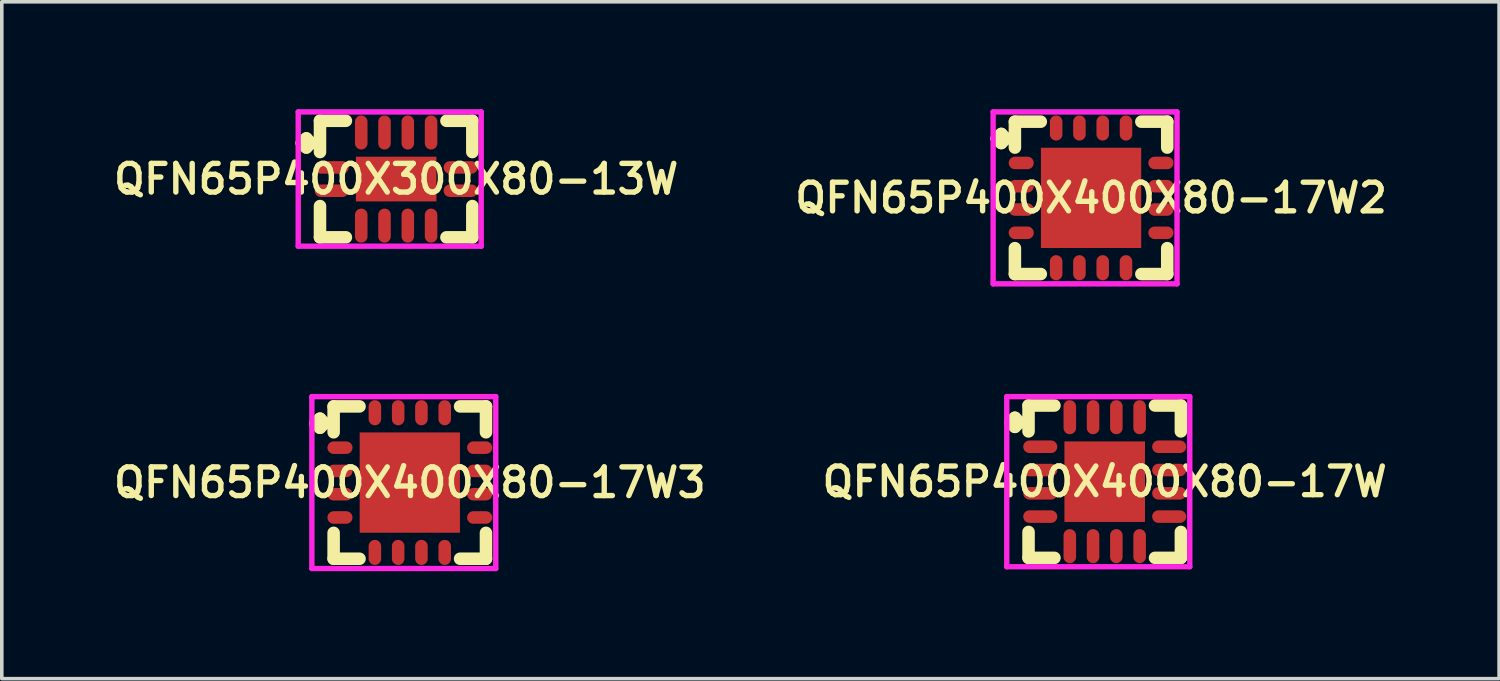
<source format=kicad_pcb>
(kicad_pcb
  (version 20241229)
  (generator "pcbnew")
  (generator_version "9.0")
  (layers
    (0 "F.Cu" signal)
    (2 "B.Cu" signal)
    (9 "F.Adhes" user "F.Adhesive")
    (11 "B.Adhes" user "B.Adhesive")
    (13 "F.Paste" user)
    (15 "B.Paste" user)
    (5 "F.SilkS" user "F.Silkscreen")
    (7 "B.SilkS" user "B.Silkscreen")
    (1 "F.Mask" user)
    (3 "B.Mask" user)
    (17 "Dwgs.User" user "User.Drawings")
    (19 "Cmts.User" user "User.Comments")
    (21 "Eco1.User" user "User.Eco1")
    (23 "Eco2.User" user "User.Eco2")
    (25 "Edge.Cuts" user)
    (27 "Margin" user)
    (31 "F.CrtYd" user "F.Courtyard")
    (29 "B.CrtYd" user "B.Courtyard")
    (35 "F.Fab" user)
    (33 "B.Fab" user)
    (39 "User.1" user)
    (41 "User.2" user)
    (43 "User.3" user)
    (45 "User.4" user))
  (footprint "QFN65P400X400X80-17W3"
    (layer "F.Cu")
    (at 8.393 10.425)
    (property "Reference" "QFN65P400X400X80-17W3" (at 0 0 0) (layer "F.SilkS") (effects (font (size 0.8 0.8) (thickness 0.15))))
    (attr smd)
    (fp_line (start -2.635 -1.658) (end -2.508 -1.785) (stroke (width 0.35) (type solid)) (layer "F.SilkS"))
    (fp_line (start -2.508 -1.785) (end -2.381 -1.658) (stroke (width 0.35) (type solid)) (layer "F.SilkS"))
    (fp_line (start -2.508 -1.531) (end -2.635 -1.658) (stroke (width 0.35) (type solid)) (layer "F.SilkS"))
    (fp_line (start -2.381 -1.658) (end -2.508 -1.531) (stroke (width 0.35) (type solid)) (layer "F.SilkS"))
    (fp_line (start -2.127 -2.127) (end -1.404 -2.127) (stroke (width 0.35) (type solid)) (layer "F.SilkS"))
    (fp_line (start -2.127 -1.404) (end -2.127 -2.127) (stroke (width 0.35) (type solid)) (layer "F.SilkS"))
    (fp_line (start -2.127 1.404) (end -2.127 2.127) (stroke (width 0.35) (type solid)) (layer "F.SilkS"))
    (fp_line (start -2.127 2.127) (end -1.404 2.127) (stroke (width 0.35) (type solid)) (layer "F.SilkS"))
    (fp_line (start 1.404 -2.127) (end 2.127 -2.127) (stroke (width 0.35) (type solid)) (layer "F.SilkS"))
    (fp_line (start 1.404 2.127) (end 2.127 2.127) (stroke (width 0.35) (type solid)) (layer "F.SilkS"))
    (fp_line (start 2.127 -2.127) (end 2.127 -1.404) (stroke (width 0.35) (type solid)) (layer "F.SilkS"))
    (fp_line (start 2.127 2.127) (end 2.127 1.404) (stroke (width 0.35) (type solid)) (layer "F.SilkS"))
    (fp_line (start -2.735 -2.4) (end 2.4 -2.4) (stroke (width 0.15) (type solid)) (layer "F.CrtYd"))
    (fp_line (start -2.735 2.4) (end -2.735 -2.4) (stroke (width 0.15) (type solid)) (layer "F.CrtYd"))
    (fp_line (start 2.4 -2.4) (end 2.4 2.4) (stroke (width 0.15) (type solid)) (layer "F.CrtYd"))
    (fp_line (start 2.4 2.4) (end -2.735 2.4) (stroke (width 0.15) (type solid)) (layer "F.CrtYd"))
    (pad "1" smd oval (at -1.95 -0.975) (size 0.7 0.35) (layers "F.Cu" "F.Mask" "F.Paste"))
    (pad "2" smd oval (at -1.95 -0.325) (size 0.7 0.35) (layers "F.Cu" "F.Mask" "F.Paste"))
    (pad "3" smd oval (at -1.95 0.325) (size 0.7 0.35) (layers "F.Cu" "F.Mask" "F.Paste"))
    (pad "4" smd oval (at -1.95 0.975) (size 0.7 0.35) (layers "F.Cu" "F.Mask" "F.Paste"))
    (pad "5" smd oval (at -0.975 1.95) (size 0.35 0.7) (layers "F.Cu" "F.Mask" "F.Paste"))
    (pad "6" smd oval (at -0.325 1.95) (size 0.35 0.7) (layers "F.Cu" "F.Mask" "F.Paste"))
    (pad "7" smd oval (at 0.325 1.95) (size 0.35 0.7) (layers "F.Cu" "F.Mask" "F.Paste"))
    (pad "8" smd oval (at 0.975 1.95) (size 0.35 0.7) (layers "F.Cu" "F.Mask" "F.Paste"))
    (pad "9" smd oval (at 1.95 0.975) (size 0.7 0.35) (layers "F.Cu" "F.Mask" "F.Paste"))
    (pad "10" smd oval (at 1.95 0.325) (size 0.7 0.35) (layers "F.Cu" "F.Mask" "F.Paste"))
    (pad "11" smd oval (at 1.95 -0.325) (size 0.7 0.35) (layers "F.Cu" "F.Mask" "F.Paste"))
    (pad "12" smd oval (at 1.95 -0.975) (size 0.7 0.35) (layers "F.Cu" "F.Mask" "F.Paste"))
    (pad "13" smd oval (at 0.975 -1.95) (size 0.35 0.7) (layers "F.Cu" "F.Mask" "F.Paste"))
    (pad "14" smd oval (at 0.325 -1.95) (size 0.35 0.7) (layers "F.Cu" "F.Mask" "F.Paste"))
    (pad "15" smd oval (at -0.325 -1.95) (size 0.35 0.7) (layers "F.Cu" "F.Mask" "F.Paste"))
    (pad "16" smd oval (at -0.975 -1.95) (size 0.35 0.7) (layers "F.Cu" "F.Mask" "F.Paste"))
    (pad "17" smd rect (at 0 0) (size 2.8 2.8) (layers "F.Cu" "F.Mask" "F.Paste")))
  (footprint "QFN65P400X300X80-13W"
    (layer "F.Cu")
    (at 8.012 1.95)
    (property "Reference" "QFN65P400X300X80-13W" (at 0 0 0) (layer "F.SilkS") (effects (font (size 0.8 0.8) (thickness 0.15))))
    (attr through_hole)
    (fp_line (start -2.635 -1.008) (end -2.508 -1.135) (stroke (width 0.35) (type solid)) (layer "F.SilkS"))
    (fp_line (start -2.508 -1.135) (end -2.381 -1.008) (stroke (width 0.35) (type solid)) (layer "F.SilkS"))
    (fp_line (start -2.508 -0.881) (end -2.635 -1.008) (stroke (width 0.35) (type solid)) (layer "F.SilkS"))
    (fp_line (start -2.381 -1.008) (end -2.508 -0.881) (stroke (width 0.35) (type solid)) (layer "F.SilkS"))
    (fp_line (start -2.127 -1.627) (end -1.404 -1.627) (stroke (width 0.35) (type solid)) (layer "F.SilkS"))
    (fp_line (start -2.127 -0.754) (end -2.127 -1.627) (stroke (width 0.35) (type solid)) (layer "F.SilkS"))
    (fp_line (start -2.127 0.754) (end -2.127 1.627) (stroke (width 0.35) (type solid)) (layer "F.SilkS"))
    (fp_line (start -2.127 1.627) (end -1.404 1.627) (stroke (width 0.35) (type solid)) (layer "F.SilkS"))
    (fp_line (start 1.404 -1.627) (end 2.127 -1.627) (stroke (width 0.35) (type solid)) (layer "F.SilkS"))
    (fp_line (start 1.404 1.627) (end 2.127 1.627) (stroke (width 0.35) (type solid)) (layer "F.SilkS"))
    (fp_line (start 2.127 -1.627) (end 2.127 -0.754) (stroke (width 0.35) (type solid)) (layer "F.SilkS"))
    (fp_line (start 2.127 1.627) (end 2.127 0.754) (stroke (width 0.35) (type solid)) (layer "F.SilkS"))
    (fp_line (start -2.735 -1.875) (end 2.375 -1.875) (stroke (width 0.15) (type solid)) (layer "F.CrtYd"))
    (fp_line (start -2.735 1.875) (end -2.735 -1.875) (stroke (width 0.15) (type solid)) (layer "F.CrtYd"))
    (fp_line (start 2.375 -1.875) (end 2.375 1.875) (stroke (width 0.15) (type solid)) (layer "F.CrtYd"))
    (fp_line (start 2.375 1.875) (end -2.735 1.875) (stroke (width 0.15) (type solid)) (layer "F.CrtYd"))
    (pad "1" smd oval (at -1.8 -0.325) (size 0.95 0.35) (layers "F.Cu" "F.Mask" "F.Paste"))
    (pad "2" smd oval (at -1.8 0.325) (size 0.95 0.35) (layers "F.Cu" "F.Mask" "F.Paste"))
    (pad "3" smd oval (at -0.975 1.3) (size 0.35 0.95) (layers "F.Cu" "F.Mask" "F.Paste"))
    (pad "4" smd oval (at -0.325 1.3) (size 0.35 0.95) (layers "F.Cu" "F.Mask" "F.Paste"))
    (pad "5" smd oval (at 0.325 1.3) (size 0.35 0.95) (layers "F.Cu" "F.Mask" "F.Paste"))
    (pad "6" smd oval (at 0.975 1.3) (size 0.35 0.95) (layers "F.Cu" "F.Mask" "F.Paste"))
    (pad "7" smd oval (at 1.8 0.325) (size 0.95 0.35) (layers "F.Cu" "F.Mask" "F.Paste"))
    (pad "8" smd oval (at 1.8 -0.325) (size 0.95 0.35) (layers "F.Cu" "F.Mask" "F.Paste"))
    (pad "9" smd oval (at 0.975 -1.3) (size 0.35 0.95) (layers "F.Cu" "F.Mask" "F.Paste"))
    (pad "10" smd oval (at 0.325 -1.3) (size 0.35 0.95) (layers "F.Cu" "F.Mask" "F.Paste"))
    (pad "11" smd oval (at -0.325 -1.3) (size 0.35 0.95) (layers "F.Cu" "F.Mask" "F.Paste"))
    (pad "12" smd oval (at -0.975 -1.3) (size 0.35 0.95) (layers "F.Cu" "F.Mask" "F.Paste"))
    (pad "13" smd rect (at 0 0) (size 2.25 1.25) (layers "F.Cu" "F.Mask" "F.Paste")))
  (footprint "QFN65P400X400X80-17W2"
    (layer "F.Cu")
    (at 27.416 2.475)
    (property "Reference" "QFN65P400X400X80-17W2" (at 0 0 0) (layer "F.SilkS") (effects (font (size 0.8 0.8) (thickness 0.15))))
    (attr smd)
    (fp_line (start -2.635 -1.658) (end -2.508 -1.785) (stroke (width 0.35) (type solid)) (layer "F.SilkS"))
    (fp_line (start -2.508 -1.785) (end -2.381 -1.658) (stroke (width 0.35) (type solid)) (layer "F.SilkS"))
    (fp_line (start -2.508 -1.531) (end -2.635 -1.658) (stroke (width 0.35) (type solid)) (layer "F.SilkS"))
    (fp_line (start -2.381 -1.658) (end -2.508 -1.531) (stroke (width 0.35) (type solid)) (layer "F.SilkS"))
    (fp_line (start -2.127 -2.127) (end -1.404 -2.127) (stroke (width 0.35) (type solid)) (layer "F.SilkS"))
    (fp_line (start -2.127 -1.404) (end -2.127 -2.127) (stroke (width 0.35) (type solid)) (layer "F.SilkS"))
    (fp_line (start -2.127 1.404) (end -2.127 2.127) (stroke (width 0.35) (type solid)) (layer "F.SilkS"))
    (fp_line (start -2.127 2.127) (end -1.404 2.127) (stroke (width 0.35) (type solid)) (layer "F.SilkS"))
    (fp_line (start 1.404 -2.127) (end 2.127 -2.127) (stroke (width 0.35) (type solid)) (layer "F.SilkS"))
    (fp_line (start 1.404 2.127) (end 2.127 2.127) (stroke (width 0.35) (type solid)) (layer "F.SilkS"))
    (fp_line (start 2.127 -2.127) (end 2.127 -1.404) (stroke (width 0.35) (type solid)) (layer "F.SilkS"))
    (fp_line (start 2.127 2.127) (end 2.127 1.404) (stroke (width 0.35) (type solid)) (layer "F.SilkS"))
    (fp_line (start -2.735 -2.4) (end 2.4 -2.4) (stroke (width 0.15) (type solid)) (layer "F.CrtYd"))
    (fp_line (start -2.735 2.4) (end -2.735 -2.4) (stroke (width 0.15) (type solid)) (layer "F.CrtYd"))
    (fp_line (start 2.4 -2.4) (end 2.4 2.4) (stroke (width 0.15) (type solid)) (layer "F.CrtYd"))
    (fp_line (start 2.4 2.4) (end -2.735 2.4) (stroke (width 0.15) (type solid)) (layer "F.CrtYd"))
    (pad "1" smd oval (at -1.95 -0.975) (size 0.7 0.35) (layers "F.Cu" "F.Mask" "F.Paste"))
    (pad "2" smd oval (at -1.95 -0.325) (size 0.7 0.35) (layers "F.Cu" "F.Mask" "F.Paste"))
    (pad "3" smd oval (at -1.95 0.325) (size 0.7 0.35) (layers "F.Cu" "F.Mask" "F.Paste"))
    (pad "4" smd oval (at -1.95 0.975) (size 0.7 0.35) (layers "F.Cu" "F.Mask" "F.Paste"))
    (pad "5" smd oval (at -0.975 1.95) (size 0.35 0.7) (layers "F.Cu" "F.Mask" "F.Paste"))
    (pad "6" smd oval (at -0.325 1.95) (size 0.35 0.7) (layers "F.Cu" "F.Mask" "F.Paste"))
    (pad "7" smd oval (at 0.325 1.95) (size 0.35 0.7) (layers "F.Cu" "F.Mask" "F.Paste"))
    (pad "8" smd oval (at 0.975 1.95) (size 0.35 0.7) (layers "F.Cu" "F.Mask" "F.Paste"))
    (pad "9" smd oval (at 1.95 0.975) (size 0.7 0.35) (layers "F.Cu" "F.Mask" "F.Paste"))
    (pad "10" smd oval (at 1.95 0.325) (size 0.7 0.35) (layers "F.Cu" "F.Mask" "F.Paste"))
    (pad "11" smd oval (at 1.95 -0.325) (size 0.7 0.35) (layers "F.Cu" "F.Mask" "F.Paste"))
    (pad "12" smd oval (at 1.95 -0.975) (size 0.7 0.35) (layers "F.Cu" "F.Mask" "F.Paste"))
    (pad "13" smd oval (at 0.975 -1.95) (size 0.35 0.7) (layers "F.Cu" "F.Mask" "F.Paste"))
    (pad "14" smd oval (at 0.325 -1.95) (size 0.35 0.7) (layers "F.Cu" "F.Mask" "F.Paste"))
    (pad "15" smd oval (at -0.325 -1.95) (size 0.35 0.7) (layers "F.Cu" "F.Mask" "F.Paste"))
    (pad "16" smd oval (at -0.975 -1.95) (size 0.35 0.7) (layers "F.Cu" "F.Mask" "F.Paste"))
    (pad "17" smd rect (at 0 0) (size 2.8 2.8) (layers "F.Cu" "F.Mask" "F.Paste")))
  (footprint "QFN65P400X400X80-17W"
    (layer "F.Cu")
    (at 27.797 10.4)
    (property "Reference" "QFN65P400X400X80-17W" (at 0 0 0) (layer "F.SilkS") (effects (font (size 0.8 0.8) (thickness 0.15))))
    (attr smd)
    (fp_line (start -2.635 -1.658) (end -2.508 -1.785) (stroke (width 0.35) (type solid)) (layer "F.SilkS"))
    (fp_line (start -2.508 -1.785) (end -2.381 -1.658) (stroke (width 0.35) (type solid)) (layer "F.SilkS"))
    (fp_line (start -2.508 -1.531) (end -2.635 -1.658) (stroke (width 0.35) (type solid)) (layer "F.SilkS"))
    (fp_line (start -2.381 -1.658) (end -2.508 -1.531) (stroke (width 0.35) (type solid)) (layer "F.SilkS"))
    (fp_line (start -2.127 -2.127) (end -1.404 -2.127) (stroke (width 0.35) (type solid)) (layer "F.SilkS"))
    (fp_line (start -2.127 -1.404) (end -2.127 -2.127) (stroke (width 0.35) (type solid)) (layer "F.SilkS"))
    (fp_line (start -2.127 1.404) (end -2.127 2.127) (stroke (width 0.35) (type solid)) (layer "F.SilkS"))
    (fp_line (start -2.127 2.127) (end -1.404 2.127) (stroke (width 0.35) (type solid)) (layer "F.SilkS"))
    (fp_line (start 1.404 -2.127) (end 2.127 -2.127) (stroke (width 0.35) (type solid)) (layer "F.SilkS"))
    (fp_line (start 1.404 2.127) (end 2.127 2.127) (stroke (width 0.35) (type solid)) (layer "F.SilkS"))
    (fp_line (start 2.127 -2.127) (end 2.127 -1.404) (stroke (width 0.35) (type solid)) (layer "F.SilkS"))
    (fp_line (start 2.127 2.127) (end 2.127 1.404) (stroke (width 0.35) (type solid)) (layer "F.SilkS"))
    (fp_line (start -2.735 -2.375) (end 2.375 -2.375) (stroke (width 0.15) (type solid)) (layer "F.CrtYd"))
    (fp_line (start -2.735 2.375) (end -2.735 -2.375) (stroke (width 0.15) (type solid)) (layer "F.CrtYd"))
    (fp_line (start 2.375 -2.375) (end 2.375 2.375) (stroke (width 0.15) (type solid)) (layer "F.CrtYd"))
    (fp_line (start 2.375 2.375) (end -2.735 2.375) (stroke (width 0.15) (type solid)) (layer "F.CrtYd"))
    (pad "1" smd oval (at -1.8 -0.975) (size 0.95 0.35) (layers "F.Cu" "F.Mask" "F.Paste"))
    (pad "2" smd oval (at -1.8 -0.325) (size 0.95 0.35) (layers "F.Cu" "F.Mask" "F.Paste"))
    (pad "3" smd oval (at -1.8 0.325) (size 0.95 0.35) (layers "F.Cu" "F.Mask" "F.Paste"))
    (pad "4" smd oval (at -1.8 0.975) (size 0.95 0.35) (layers "F.Cu" "F.Mask" "F.Paste"))
    (pad "5" smd oval (at -0.975 1.8) (size 0.35 0.95) (layers "F.Cu" "F.Mask" "F.Paste"))
    (pad "6" smd oval (at -0.325 1.8) (size 0.35 0.95) (layers "F.Cu" "F.Mask" "F.Paste"))
    (pad "7" smd oval (at 0.325 1.8) (size 0.35 0.95) (layers "F.Cu" "F.Mask" "F.Paste"))
    (pad "8" smd oval (at 0.975 1.8) (size 0.35 0.95) (layers "F.Cu" "F.Mask" "F.Paste"))
    (pad "9" smd oval (at 1.8 0.975) (size 0.95 0.35) (layers "F.Cu" "F.Mask" "F.Paste"))
    (pad "10" smd oval (at 1.8 0.325) (size 0.95 0.35) (layers "F.Cu" "F.Mask" "F.Paste"))
    (pad "11" smd oval (at 1.8 -0.325) (size 0.95 0.35) (layers "F.Cu" "F.Mask" "F.Paste"))
    (pad "12" smd oval (at 1.8 -0.975) (size 0.95 0.35) (layers "F.Cu" "F.Mask" "F.Paste"))
    (pad "13" smd oval (at 0.975 -1.8) (size 0.35 0.95) (layers "F.Cu" "F.Mask" "F.Paste"))
    (pad "14" smd oval (at 0.325 -1.8) (size 0.35 0.95) (layers "F.Cu" "F.Mask" "F.Paste"))
    (pad "15" smd oval (at -0.325 -1.8) (size 0.35 0.95) (layers "F.Cu" "F.Mask" "F.Paste"))
    (pad "16" smd oval (at -0.975 -1.8) (size 0.35 0.95) (layers "F.Cu" "F.Mask" "F.Paste"))
    (pad "17" smd rect (at 0 0) (size 2.25 2.25) (layers "F.Cu" "F.Mask" "F.Paste")))
  (gr_rect
    (start -3 -3)
    (end 38.809 15.9)
    (stroke (width 0.1) (type default))
    (fill no)
    (layer "Edge.Cuts")))
</source>
